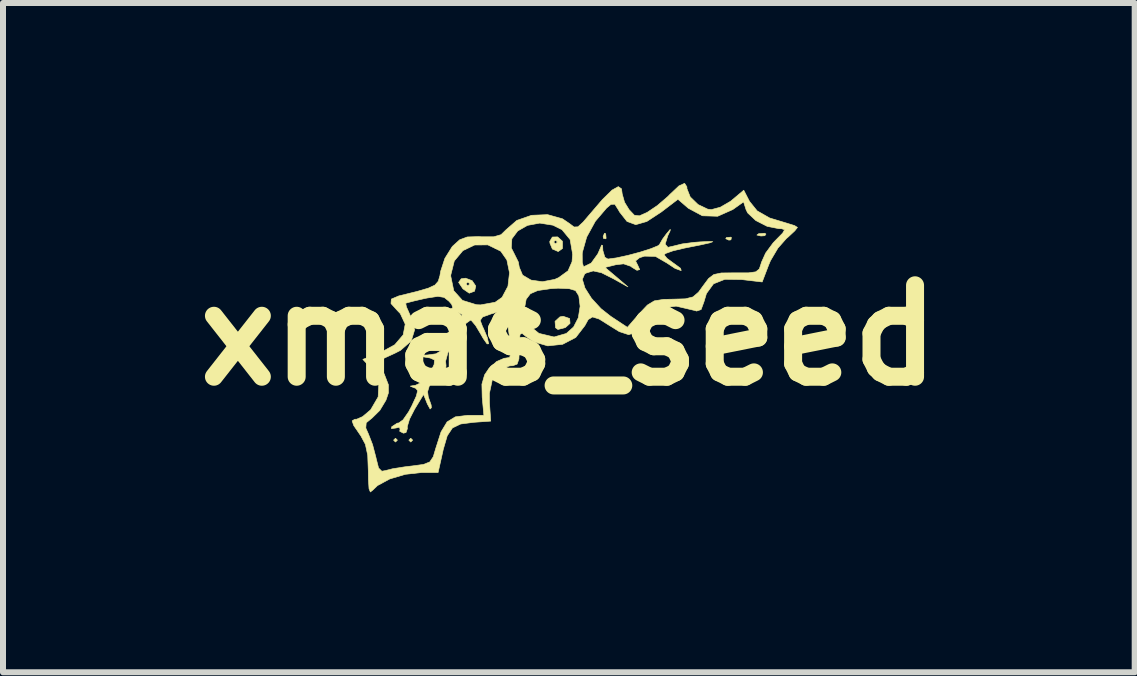
<source format=kicad_pcb>
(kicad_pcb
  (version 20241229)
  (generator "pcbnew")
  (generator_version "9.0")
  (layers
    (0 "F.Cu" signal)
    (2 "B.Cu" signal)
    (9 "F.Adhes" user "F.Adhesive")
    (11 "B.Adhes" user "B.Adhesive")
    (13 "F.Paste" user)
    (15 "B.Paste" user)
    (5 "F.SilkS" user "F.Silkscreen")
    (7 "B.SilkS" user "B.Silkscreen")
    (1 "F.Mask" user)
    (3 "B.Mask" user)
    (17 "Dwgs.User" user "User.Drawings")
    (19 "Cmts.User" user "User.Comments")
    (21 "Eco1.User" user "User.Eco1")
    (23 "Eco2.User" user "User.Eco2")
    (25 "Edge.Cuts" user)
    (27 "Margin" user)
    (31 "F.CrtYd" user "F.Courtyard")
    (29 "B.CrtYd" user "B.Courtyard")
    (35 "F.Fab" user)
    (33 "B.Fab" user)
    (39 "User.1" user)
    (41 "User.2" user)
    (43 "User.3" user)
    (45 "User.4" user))
  (footprint "xmas_seed"
    (layer "F.Cu")
    (at 6.43 2.539)
    (property "Reference" "xmas_seed" (at 0 0 0) (layer "F.SilkS") (effects (font (size 1.524 1.524) (thickness 0.3))))
    (attr through_hole)
    (fp_poly (pts (xy -2.857 1.746) (xy -2.889 1.778) (xy -2.921 1.746) (xy -2.889 1.714) (xy -2.857 1.746)) (stroke (width 0.01) (type solid)) (fill yes) (layer "F.SilkS"))
    (fp_poly (pts (xy -2.603 1.746) (xy -2.635 1.778) (xy -2.667 1.746) (xy -2.635 1.714) (xy -2.603 1.746)) (stroke (width 0.01) (type solid)) (fill yes) (layer "F.SilkS"))
    (fp_poly (pts (xy 0.614 -1.693) (xy 0.621 -1.618) (xy 0.614 -1.609) (xy 0.576 -1.617) (xy 0.572 -1.651) (xy 0.595 -1.703) (xy 0.614 -1.693)) (stroke (width 0.01) (type solid)) (fill yes) (layer "F.SilkS"))
    (fp_poly (pts (xy 2.709 -1.63) (xy 2.701 -1.592) (xy 2.667 -1.587) (xy 2.615 -1.611) (xy 2.625 -1.63) (xy 2.7 -1.637) (xy 2.709 -1.63)) (stroke (width 0.01) (type solid)) (fill yes) (layer "F.SilkS"))
    (fp_poly (pts (xy 3.285 -1.689) (xy 3.266 -1.661) (xy 3.201 -1.656) (xy 3.134 -1.672) (xy 3.163 -1.694) (xy 3.262 -1.702) (xy 3.285 -1.689)) (stroke (width 0.01) (type solid)) (fill yes) (layer "F.SilkS"))
    (fp_poly (pts (xy 0.013 -0.281) (xy 0.02 -0.2) (xy -0.058 -0.13) (xy -0.182 -0.098) (xy -0.222 -0.127) (xy -0.23 -0.234) (xy -0.149 -0.308) (xy -0.095 -0.318) (xy 0.013 -0.281)) (stroke (width 0.01) (type solid)) (fill yes) (layer "F.SilkS"))
    (fp_poly (pts (xy -1.612 -0.912) (xy -1.551 -0.822) (xy -1.571 -0.736) (xy -1.66 -0.703) (xy -1.765 -0.775) (xy -1.82 -0.857) (xy -1.714 -0.857) (xy -1.683 -0.826) (xy -1.651 -0.857) (xy -1.683 -0.889) (xy -1.714 -0.857) (xy -1.82 -0.857) (xy -1.837 -0.883) (xy -1.794 -0.943) (xy -1.721 -0.953) (xy -1.612 -0.912)) (stroke (width 0.01) (type solid)) (fill yes) (layer "F.SilkS"))
    (fp_poly (pts (xy -0.111 -1.573) (xy -0.106 -1.562) (xy -0.106 -1.448) (xy -0.177 -1.397) (xy -0.275 -1.439) (xy -0.315 -1.536) (xy -0.317 -1.556) (xy -0.254 -1.556) (xy -0.222 -1.524) (xy -0.191 -1.556) (xy -0.222 -1.587) (xy -0.254 -1.556) (xy -0.317 -1.556) (xy -0.318 -1.566) (xy -0.275 -1.639) (xy -0.187 -1.641) (xy -0.111 -1.573)) (stroke (width 0.01) (type solid)) (fill yes) (layer "F.SilkS"))
    (fp_poly (pts (xy 1.967 -2.475) (xy 1.968 -2.445) (xy 2.023 -2.307) (xy 2.154 -2.18) (xy 2.315 -2.103) (xy 2.376 -2.096) (xy 2.525 -2.136) (xy 2.694 -2.234) (xy 2.722 -2.257) (xy 2.915 -2.419) (xy 3.01 -2.234) (xy 3.138 -2.075) (xy 3.347 -1.956) (xy 3.635 -1.869) (xy 3.761 -1.83) (xy 3.81 -1.799) (xy 3.766 -1.743) (xy 3.658 -1.642) (xy 3.624 -1.613) (xy 3.484 -1.454) (xy 3.36 -1.244) (xy 3.33 -1.173) (xy 3.222 -0.89) (xy 2.88 -0.93) (xy 2.6 -0.934) (xy 2.411 -0.859) (xy 2.293 -0.697) (xy 2.252 -0.56) (xy 2.204 -0.43) (xy 2.129 -0.405) (xy 2.105 -0.413) (xy 1.788 -0.487) (xy 1.518 -0.452) (xy 1.305 -0.309) (xy 1.22 -0.191) (xy 1.116 -0.053) (xy 0.998 -0.011) (xy 0.84 -0.063) (xy 0.685 -0.159) (xy 0.505 -0.272) (xy 0.395 -0.307) (xy 0.323 -0.264) (xy 0.267 -0.162) (xy 0.115 0.035) (xy -0.104 0.149) (xy -0.352 0.175) (xy -0.592 0.105) (xy -0.706 0.025) (xy -0.778 -0.033) (xy -0.813 -0.018) (xy -0.825 0.089) (xy -0.826 0.212) (xy -0.832 0.393) (xy -0.862 0.479) (xy -0.934 0.506) (xy -0.983 0.508) (xy -1.155 0.564) (xy -1.272 0.723) (xy -1.324 0.967) (xy -1.323 1.124) (xy -1.302 1.429) (xy -1.586 1.449) (xy -1.803 1.477) (xy -1.94 1.543) (xy -2.027 1.674) (xy -2.093 1.9) (xy -2.102 1.942) (xy -2.179 2.286) (xy -2.457 2.286) (xy -2.726 2.316) (xy -2.985 2.393) (xy -3.189 2.503) (xy -3.268 2.579) (xy -3.308 2.61) (xy -3.33 2.557) (xy -3.34 2.402) (xy -3.342 2.261) (xy -3.352 1.998) (xy -3.391 1.816) (xy -3.468 1.672) (xy -3.481 1.654) (xy -3.556 1.544) (xy -3.384 1.544) (xy -3.341 1.641) (xy -3.271 1.821) (xy -3.215 2.034) (xy -3.211 2.053) (xy -3.171 2.21) (xy -3.117 2.264) (xy -3.06 2.254) (xy -2.937 2.223) (xy -2.742 2.192) (xy -2.619 2.177) (xy -2.424 2.151) (xy -2.317 2.109) (xy -2.259 2.022) (xy -2.217 1.88) (xy -2.13 1.609) (xy -2.029 1.442) (xy -1.892 1.358) (xy -1.698 1.334) (xy -1.691 1.333) (xy -1.416 1.333) (xy -1.444 1.032) (xy -1.449 0.814) (xy -1.404 0.658) (xy -1.335 0.556) (xy -1.206 0.437) (xy -1.077 0.381) (xy -1.068 0.381) (xy -0.991 0.369) (xy -0.961 0.311) (xy -0.968 0.176) (xy -0.981 0.079) (xy -1.018 -0.172) (xy -1.054 -0.32) (xy -1.097 -0.377) (xy -0.752 -0.377) (xy -0.679 -0.179) (xy -0.503 -0.037) (xy -0.49 -0.031) (xy -0.246 0.027) (xy -0.042 -0.032) (xy 0.079 -0.14) (xy 0.158 -0.294) (xy 0.188 -0.485) (xy 0.166 -0.659) (xy 0.111 -0.747) (xy 0.005 -0.778) (xy -0.179 -0.786) (xy -0.307 -0.778) (xy -0.519 -0.747) (xy -0.641 -0.694) (xy -0.71 -0.604) (xy -0.712 -0.599) (xy -0.752 -0.377) (xy -1.097 -0.377) (xy -1.103 -0.385) (xy -1.182 -0.39) (xy -1.297 -0.357) (xy -1.438 -0.306) (xy -1.477 -0.249) (xy -1.438 -0.145) (xy -1.423 -0.116) (xy -1.36 0.034) (xy -1.336 0.14) (xy -1.363 0.142) (xy -1.427 0.051) (xy -1.465 -0.016) (xy -1.553 -0.163) (xy -1.623 -0.246) (xy -1.639 -0.254) (xy -1.714 -0.2) (xy -1.793 -0.072) (xy -1.854 0.082) (xy -1.872 0.211) (xy -1.867 0.232) (xy -1.851 0.305) (xy -1.888 0.267) (xy -1.892 0.261) (xy -1.951 0.213) (xy -2.007 0.275) (xy -2.017 0.293) (xy -2.054 0.431) (xy -2.047 0.501) (xy -2.051 0.557) (xy -2.081 0.549) (xy -2.154 0.566) (xy -2.238 0.665) (xy -2.313 0.803) (xy -2.354 0.938) (xy -2.343 1.024) (xy -2.295 1.16) (xy -2.291 1.206) (xy -2.312 1.227) (xy -2.357 1.145) (xy -2.358 1.143) (xy -2.421 0.984) (xy -2.571 1.231) (xy -2.655 1.395) (xy -2.693 1.522) (xy -2.691 1.554) (xy -2.714 1.62) (xy -2.757 1.63) (xy -2.819 1.598) (xy -2.813 1.566) (xy -2.822 1.53) (xy -2.882 1.544) (xy -2.956 1.554) (xy -2.952 1.523) (xy -2.86 1.463) (xy -2.835 1.46) (xy -2.763 1.408) (xy -2.67 1.274) (xy -2.619 1.179) (xy -2.541 1.01) (xy -2.52 0.921) (xy -2.553 0.881) (xy -2.59 0.869) (xy -2.643 0.846) (xy -2.573 0.834) (xy -2.558 0.833) (xy -2.415 0.766) (xy -2.319 0.638) (xy -2.245 0.485) (xy -2.239 0.41) (xy -2.312 0.377) (xy -2.397 0.363) (xy -2.496 0.345) (xy -2.48 0.334) (xy -2.349 0.326) (xy -2.213 0.307) (xy -2.114 0.245) (xy -2.018 0.113) (xy -1.953 -0.001) (xy -1.858 -0.178) (xy -1.794 -0.306) (xy -1.778 -0.349) (xy -1.833 -0.375) (xy -1.953 -0.388) (xy -2.052 -0.4) (xy -2.025 -0.422) (xy -2.011 -0.426) (xy -1.933 -0.458) (xy -1.952 -0.516) (xy -1.997 -0.568) (xy -2.078 -0.633) (xy -2.183 -0.65) (xy -2.358 -0.623) (xy -2.399 -0.615) (xy -2.577 -0.574) (xy -2.696 -0.543) (xy -2.719 -0.534) (xy -2.707 -0.475) (xy -2.65 -0.347) (xy -2.634 -0.315) (xy -2.57 -0.093) (xy -2.627 0.094) (xy -2.806 0.25) (xy -2.904 0.3) (xy -3.057 0.37) (xy -3.151 0.414) (xy -3.162 0.419) (xy -3.149 0.476) (xy -3.095 0.606) (xy -3.073 0.654) (xy -3.007 0.824) (xy -3.007 0.959) (xy -3.048 1.08) (xy -3.151 1.251) (xy -3.278 1.376) (xy -3.377 1.457) (xy -3.384 1.544) (xy -3.556 1.544) (xy -3.585 1.502) (xy -3.612 1.425) (xy -3.567 1.398) (xy -3.535 1.397) (xy -3.437 1.354) (xy -3.313 1.249) (xy -3.302 1.239) (xy -3.178 1.026) (xy -3.166 0.794) (xy -3.267 0.579) (xy -3.294 0.549) (xy -3.433 0.4) (xy -3.145 0.29) (xy -2.902 0.157) (xy -2.761 -0.008) (xy -2.727 -0.187) (xy -2.809 -0.363) (xy -2.857 -0.413) (xy -2.964 -0.531) (xy -2.958 -0.605) (xy -2.835 -0.657) (xy -2.81 -0.663) (xy -2.526 -0.733) (xy -2.341 -0.787) (xy -2.232 -0.838) (xy -2.176 -0.902) (xy -2.151 -0.987) (xy -1.968 -0.987) (xy -1.918 -0.744) (xy -1.773 -0.583) (xy -1.54 -0.511) (xy -1.47 -0.508) (xy -1.228 -0.552) (xy -1.113 -0.633) (xy -1.015 -0.818) (xy -0.989 -1.043) (xy -1.033 -1.257) (xy -1.135 -1.403) (xy -1.245 -1.457) (xy -0.959 -1.457) (xy -0.913 -1.366) (xy -0.842 -1.223) (xy -0.826 -1.134) (xy -0.771 -1.004) (xy -0.63 -0.921) (xy -0.44 -0.894) (xy -0.236 -0.933) (xy -0.17 -0.962) (xy -0.013 -1.076) (xy 0.053 -1.226) (xy 0.063 -1.354) (xy 0.062 -1.359) (xy 0.223 -1.359) (xy 0.224 -1.215) (xy 0.244 -1.145) (xy 0.248 -1.144) (xy 0.372 -1.204) (xy 0.481 -1.355) (xy 0.501 -1.399) (xy 0.547 -1.505) (xy 0.563 -1.497) (xy 0.567 -1.413) (xy 0.6 -1.302) (xy 0.651 -1.272) (xy 0.791 -1.291) (xy 0.984 -1.333) (xy 1.19 -1.388) (xy 1.371 -1.446) (xy 1.487 -1.494) (xy 1.51 -1.513) (xy 1.561 -1.603) (xy 1.625 -1.69) (xy 1.69 -1.767) (xy 1.688 -1.742) (xy 1.649 -1.661) (xy 1.605 -1.52) (xy 1.651 -1.467) (xy 1.759 -1.492) (xy 1.888 -1.524) (xy 2.086 -1.55) (xy 2.191 -1.558) (xy 2.344 -1.565) (xy 2.399 -1.561) (xy 2.349 -1.542) (xy 2.188 -1.506) (xy 1.921 -1.453) (xy 1.736 -1.409) (xy 1.615 -1.366) (xy 1.587 -1.344) (xy 1.636 -1.283) (xy 1.753 -1.197) (xy 1.762 -1.191) (xy 1.86 -1.119) (xy 1.873 -1.082) (xy 1.866 -1.081) (xy 1.77 -1.116) (xy 1.637 -1.204) (xy 1.634 -1.206) (xy 1.444 -1.316) (xy 1.261 -1.32) (xy 1.178 -1.294) (xy 1.112 -1.241) (xy 1.149 -1.167) (xy 1.181 -1.096) (xy 1.135 -1.084) (xy 1.047 -1.138) (xy 1.033 -1.151) (xy 0.913 -1.192) (xy 0.783 -1.177) (xy 0.603 -1.132) (xy 0.794 -0.971) (xy 0.984 -0.809) (xy 0.742 -0.944) (xy 0.543 -1.044) (xy 0.406 -1.074) (xy 0.292 -1.04) (xy 0.264 -1.024) (xy 0.225 -0.934) (xy 0.268 -0.79) (xy 0.377 -0.618) (xy 0.535 -0.446) (xy 0.697 -0.318) (xy 0.976 -0.134) (xy 1.179 -0.368) (xy 1.309 -0.505) (xy 1.424 -0.575) (xy 1.579 -0.6) (xy 1.735 -0.603) (xy 1.942 -0.609) (xy 2.069 -0.641) (xy 2.161 -0.72) (xy 2.238 -0.826) (xy 2.329 -0.948) (xy 2.416 -1.014) (xy 2.541 -1.04) (xy 2.746 -1.042) (xy 2.779 -1.042) (xy 2.994 -1.042) (xy 3.115 -1.059) (xy 3.174 -1.106) (xy 3.204 -1.196) (xy 3.208 -1.213) (xy 3.279 -1.371) (xy 3.405 -1.542) (xy 3.445 -1.584) (xy 3.563 -1.704) (xy 3.595 -1.76) (xy 3.548 -1.777) (xy 3.501 -1.778) (xy 3.305 -1.817) (xy 3.115 -1.914) (xy 2.98 -2.041) (xy 2.953 -2.096) (xy 2.912 -2.225) (xy 2.732 -2.097) (xy 2.48 -1.985) (xy 2.225 -1.993) (xy 1.992 -2.118) (xy 1.818 -2.268) (xy 1.539 -2.055) (xy 1.299 -1.898) (xy 1.115 -1.845) (xy 0.969 -1.899) (xy 0.844 -2.058) (xy 0.83 -2.085) (xy 0.766 -2.186) (xy 0.702 -2.183) (xy 0.628 -2.121) (xy 0.441 -1.901) (xy 0.297 -1.638) (xy 0.226 -1.386) (xy 0.223 -1.359) (xy 0.062 -1.359) (xy 0.021 -1.597) (xy -0.114 -1.761) (xy -0.265 -1.836) (xy -0.485 -1.871) (xy -0.689 -1.833) (xy -0.852 -1.74) (xy -0.95 -1.609) (xy -0.959 -1.457) (xy -1.245 -1.457) (xy -1.35 -1.508) (xy -1.57 -1.506) (xy -1.766 -1.412) (xy -1.909 -1.24) (xy -1.968 -1.005) (xy -1.968 -0.987) (xy -2.151 -0.987) (xy -2.149 -0.992) (xy -2.136 -1.07) (xy -2.066 -1.283) (xy -1.947 -1.474) (xy -1.936 -1.487) (xy -1.819 -1.593) (xy -1.693 -1.64) (xy -1.506 -1.646) (xy -1.458 -1.643) (xy -1.252 -1.643) (xy -1.13 -1.678) (xy -1.049 -1.757) (xy -0.868 -1.915) (xy -0.622 -2.001) (xy -0.354 -2.012) (xy -0.107 -1.943) (xy 0.01 -1.864) (xy 0.087 -1.806) (xy 0.152 -1.809) (xy 0.238 -1.888) (xy 0.336 -2.003) (xy 0.559 -2.263) (xy 0.72 -2.421) (xy 0.824 -2.479) (xy 0.878 -2.442) (xy 0.889 -2.357) (xy 0.928 -2.219) (xy 1.004 -2.095) (xy 1.092 -2.002) (xy 1.176 -1.992) (xy 1.306 -2.05) (xy 1.474 -2.163) (xy 1.65 -2.314) (xy 1.679 -2.344) (xy 1.835 -2.491) (xy 1.929 -2.534) (xy 1.967 -2.475)) (stroke (width 0.01) (type solid)) (fill yes) (layer "F.SilkS")))
  (gr_rect
    (start -3 -3)
    (end 15.86 8.154)
    (stroke (width 0.1) (type default))
    (fill no)
    (layer "Edge.Cuts")))
</source>
